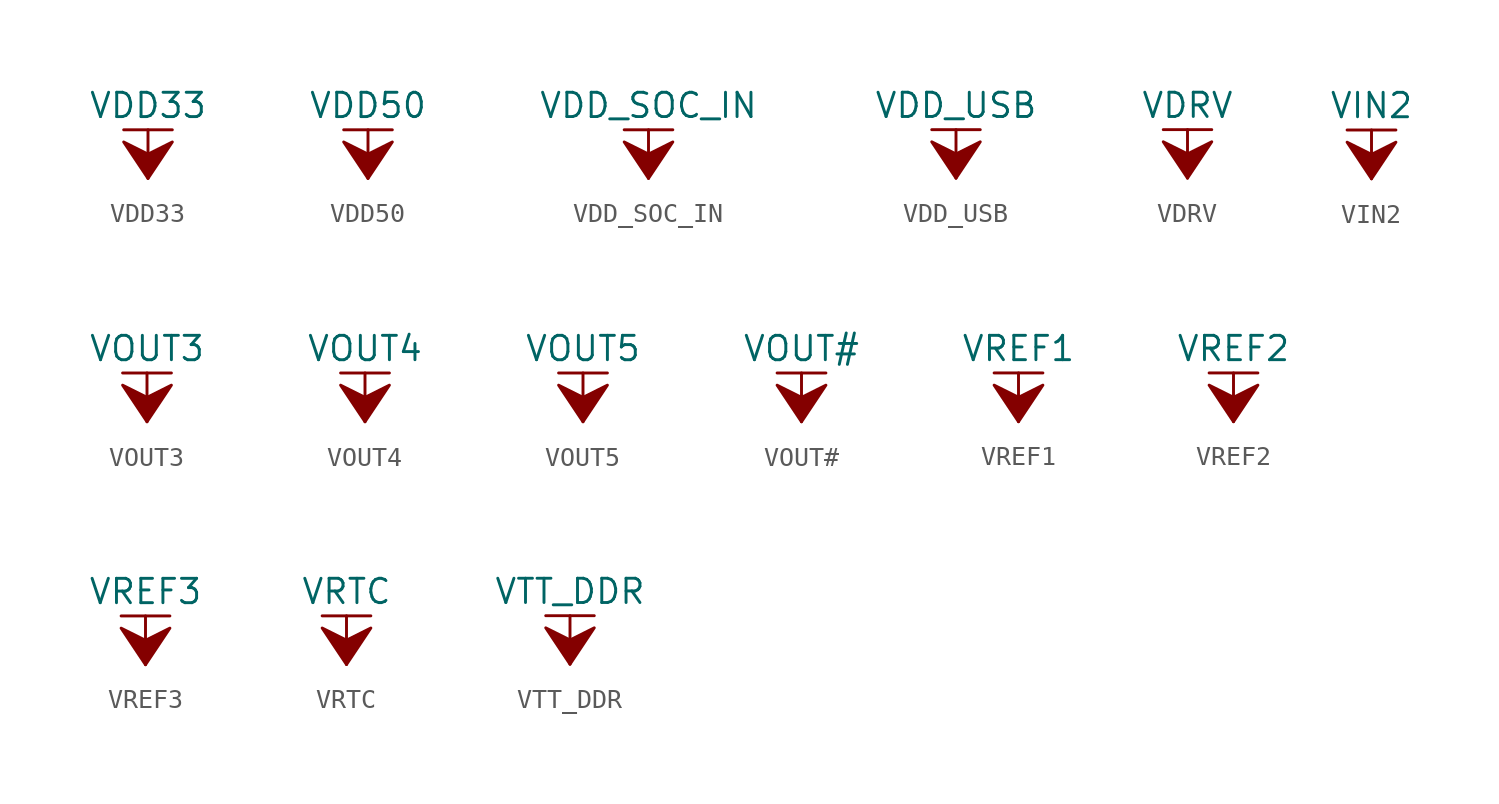
<source format=kicad_sym>
(kicad_symbol_lib
  (version 20211014)
  (generator kicad_symbol_editor)
  (symbol "VDD33"
    (power)
    (pin_names
      (offset 0))
    (property "Reference" "#PWR"
      (at 0 -3.81 0)
      (effects (font (size 1.27 1.27)) hide))
    (property "Value" "VDD33"
      (at 0 3.81 0)
      (effects (font (size 1.27 1.27))))
    (symbol "VDD33_0_1"
      (polyline (pts (xy -1.27 2.54) (xy 1.27 2.54)) (stroke (width 0.152) (type default) (color 0 0 0 0)) (fill (type none)))
      (polyline (pts (xy 0 0) (xy 0 2.54)) (stroke (width 0.152) (type default) (color 0 0 0 0)) (fill (type none)))
      (polyline (pts (xy 0 0) (xy 1.27 1.905) (xy 0 1.27) (xy -1.27 1.905) (xy 0 0)) (stroke (width 0.152) (type default) (color 0 0 0 0)) (fill (type outline))))
    (symbol "VDD33_1_1"
      (pin power_in line (at 0 0 90) (length 0) hide (name "VDD33" (effects (font (size 1.27 1.27)))) (number "1" (effects (font (size 1.27 1.27)))))))
  (symbol "VDD50"
    (power)
    (pin_names
      (offset 0))
    (property "Reference" "#PWR"
      (at 0 -3.81 0)
      (effects (font (size 1.27 1.27)) hide))
    (property "Value" "VDD50"
      (at 0 3.81 0)
      (effects (font (size 1.27 1.27))))
    (symbol "VDD50_0_1"
      (polyline (pts (xy -1.27 2.54) (xy 1.27 2.54)) (stroke (width 0.152) (type default) (color 0 0 0 0)) (fill (type none)))
      (polyline (pts (xy 0 0) (xy 0 2.54)) (stroke (width 0.152) (type default) (color 0 0 0 0)) (fill (type none)))
      (polyline (pts (xy 0 0) (xy 1.27 1.905) (xy 0 1.27) (xy -1.27 1.905) (xy 0 0)) (stroke (width 0.152) (type default) (color 0 0 0 0)) (fill (type outline))))
    (symbol "VDD50_1_1"
      (pin power_in line (at 0 0 90) (length 0) hide (name "VDD50" (effects (font (size 1.27 1.27)))) (number "1" (effects (font (size 1.27 1.27)))))))
  (symbol "VDD_SOC_IN"
    (power)
    (pin_names
      (offset 0))
    (property "Reference" "#PWR"
      (at 0 -3.81 0)
      (effects (font (size 1.27 1.27)) hide))
    (property "Value" "VDD_SOC_IN"
      (at 0 3.81 0)
      (effects (font (size 1.27 1.27))))
    (symbol "VDD_SOC_IN_0_1"
      (polyline (pts (xy -1.27 2.54) (xy 1.27 2.54)) (stroke (width 0.152) (type default) (color 0 0 0 0)) (fill (type none)))
      (polyline (pts (xy 0 0) (xy 0 2.54)) (stroke (width 0.152) (type default) (color 0 0 0 0)) (fill (type none)))
      (polyline (pts (xy 0 0) (xy 1.27 1.905) (xy 0 1.27) (xy -1.27 1.905) (xy 0 0)) (stroke (width 0.152) (type default) (color 0 0 0 0)) (fill (type outline))))
    (symbol "VDD_SOC_IN_1_1"
      (pin power_in line (at 0 0 90) (length 0) hide (name "VDD_SOC_IN" (effects (font (size 1.27 1.27)))) (number "1" (effects (font (size 1.27 1.27)))))))
  (symbol "VDD_USB"
    (power)
    (pin_names
      (offset 0))
    (property "Reference" "#PWR"
      (at 0 -3.81 0)
      (effects (font (size 1.27 1.27)) hide))
    (property "Value" "VDD_USB"
      (at 0 3.81 0)
      (effects (font (size 1.27 1.27))))
    (symbol "VDD_USB_0_1"
      (polyline (pts (xy -1.27 2.54) (xy 1.27 2.54)) (stroke (width 0.152) (type default) (color 0 0 0 0)) (fill (type none)))
      (polyline (pts (xy 0 0) (xy 0 2.54)) (stroke (width 0.152) (type default) (color 0 0 0 0)) (fill (type none)))
      (polyline (pts (xy 0 0) (xy 1.27 1.905) (xy 0 1.27) (xy -1.27 1.905) (xy 0 0)) (stroke (width 0.152) (type default) (color 0 0 0 0)) (fill (type outline))))
    (symbol "VDD_USB_1_1"
      (pin power_in line (at 0 0 90) (length 0) hide (name "VDD_USB" (effects (font (size 1.27 1.27)))) (number "1" (effects (font (size 1.27 1.27)))))))
  (symbol "VDRV"
    (power)
    (pin_names
      (offset 0))
    (property "Reference" "#PWR"
      (at 0 -3.81 0)
      (effects (font (size 1.27 1.27)) hide))
    (property "Value" "VDRV"
      (at 0 3.81 0)
      (effects (font (size 1.27 1.27))))
    (symbol "VDRV_0_1"
      (polyline (pts (xy -1.27 2.54) (xy 1.27 2.54)) (stroke (width 0.152) (type default) (color 0 0 0 0)) (fill (type none)))
      (polyline (pts (xy 0 0) (xy 0 2.54)) (stroke (width 0.152) (type default) (color 0 0 0 0)) (fill (type none)))
      (polyline (pts (xy 0 0) (xy 1.27 1.905) (xy 0 1.27) (xy -1.27 1.905) (xy 0 0)) (stroke (width 0.152) (type default) (color 0 0 0 0)) (fill (type outline))))
    (symbol "VDRV_1_1"
      (pin power_in line (at 0 0 90) (length 0) hide (name "VDRV" (effects (font (size 1.27 1.27)))) (number "1" (effects (font (size 1.27 1.27)))))))
  (symbol "VIN2"
    (power)
    (pin_names
      (offset 0))
    (property "Reference" "#PWR"
      (at 0 -3.81 0)
      (effects (font (size 1.27 1.27)) hide))
    (property "Value" "VIN2"
      (at 0 3.81 0)
      (effects (font (size 1.27 1.27))))
    (symbol "VIN2_0_1"
      (polyline (pts (xy -1.27 2.54) (xy 1.27 2.54)) (stroke (width 0.152) (type default) (color 0 0 0 0)) (fill (type none)))
      (polyline (pts (xy 0 0) (xy 0 2.54)) (stroke (width 0.152) (type default) (color 0 0 0 0)) (fill (type none)))
      (polyline (pts (xy 0 0) (xy 1.27 1.905) (xy 0 1.27) (xy -1.27 1.905) (xy 0 0)) (stroke (width 0.152) (type default) (color 0 0 0 0)) (fill (type outline))))
    (symbol "VIN2_1_1"
      (pin power_in line (at 0 0 90) (length 0) hide (name "VIN2" (effects (font (size 1.27 1.27)))) (number "1" (effects (font (size 1.27 1.27)))))))
  (symbol "VOUT3"
    (power)
    (pin_names
      (offset 0))
    (property "Reference" "#PWR"
      (at 0 -3.81 0)
      (effects (font (size 1.27 1.27)) hide))
    (property "Value" "VOUT3"
      (at 0 3.81 0)
      (effects (font (size 1.27 1.27))))
    (symbol "VOUT3_0_1"
      (polyline (pts (xy -1.27 2.54) (xy 1.27 2.54)) (stroke (width 0.152) (type default) (color 0 0 0 0)) (fill (type none)))
      (polyline (pts (xy 0 0) (xy 0 2.54)) (stroke (width 0.152) (type default) (color 0 0 0 0)) (fill (type none)))
      (polyline (pts (xy 0 0) (xy 1.27 1.905) (xy 0 1.27) (xy -1.27 1.905) (xy 0 0)) (stroke (width 0.152) (type default) (color 0 0 0 0)) (fill (type outline))))
    (symbol "VOUT3_1_1"
      (pin power_in line (at 0 0 90) (length 0) hide (name "VOUT3" (effects (font (size 1.27 1.27)))) (number "1" (effects (font (size 1.27 1.27)))))))
  (symbol "VOUT4"
    (power)
    (pin_names
      (offset 0))
    (property "Reference" "#PWR"
      (at 0 -3.81 0)
      (effects (font (size 1.27 1.27)) hide))
    (property "Value" "VOUT4"
      (at 0 3.81 0)
      (effects (font (size 1.27 1.27))))
    (symbol "VOUT4_0_1"
      (polyline (pts (xy -1.27 2.54) (xy 1.27 2.54)) (stroke (width 0.152) (type default) (color 0 0 0 0)) (fill (type none)))
      (polyline (pts (xy 0 0) (xy 0 2.54)) (stroke (width 0.152) (type default) (color 0 0 0 0)) (fill (type none)))
      (polyline (pts (xy 0 0) (xy 1.27 1.905) (xy 0 1.27) (xy -1.27 1.905) (xy 0 0)) (stroke (width 0.152) (type default) (color 0 0 0 0)) (fill (type outline))))
    (symbol "VOUT4_1_1"
      (pin power_in line (at 0 0 90) (length 0) hide (name "VOUT4" (effects (font (size 1.27 1.27)))) (number "1" (effects (font (size 1.27 1.27)))))))
  (symbol "VOUT5"
    (power)
    (pin_names
      (offset 0))
    (property "Reference" "#PWR"
      (at 0 -3.81 0)
      (effects (font (size 1.27 1.27)) hide))
    (property "Value" "VOUT5"
      (at 0 3.81 0)
      (effects (font (size 1.27 1.27))))
    (symbol "VOUT5_0_1"
      (polyline (pts (xy -1.27 2.54) (xy 1.27 2.54)) (stroke (width 0.152) (type default) (color 0 0 0 0)) (fill (type none)))
      (polyline (pts (xy 0 0) (xy 0 2.54)) (stroke (width 0.152) (type default) (color 0 0 0 0)) (fill (type none)))
      (polyline (pts (xy 0 0) (xy 1.27 1.905) (xy 0 1.27) (xy -1.27 1.905) (xy 0 0)) (stroke (width 0.152) (type default) (color 0 0 0 0)) (fill (type outline))))
    (symbol "VOUT5_1_1"
      (pin power_in line (at 0 0 90) (length 0) hide (name "VOUT5" (effects (font (size 1.27 1.27)))) (number "1" (effects (font (size 1.27 1.27)))))))
  (symbol "VOUT#"
    (power)
    (pin_names
      (offset 0))
    (property "Reference" "#PWR"
      (at 0 -3.81 0)
      (effects (font (size 1.27 1.27)) hide))
    (property "Value" "VOUT#"
      (at 0 3.81 0)
      (effects (font (size 1.27 1.27))))
    (symbol "VOUT#_0_1"
      (polyline (pts (xy -1.27 2.54) (xy 1.27 2.54)) (stroke (width 0.152) (type default) (color 0 0 0 0)) (fill (type none)))
      (polyline (pts (xy 0 0) (xy 0 2.54)) (stroke (width 0.152) (type default) (color 0 0 0 0)) (fill (type none)))
      (polyline (pts (xy 0 0) (xy 1.27 1.905) (xy 0 1.27) (xy -1.27 1.905) (xy 0 0)) (stroke (width 0.152) (type default) (color 0 0 0 0)) (fill (type outline))))
    (symbol "VOUT#_1_1"
      (pin power_in line (at 0 0 90) (length 0) hide (name "VOUT#" (effects (font (size 1.27 1.27)))) (number "1" (effects (font (size 1.27 1.27)))))))
  (symbol "VREF1"
    (power)
    (pin_names
      (offset 0))
    (property "Reference" "#PWR"
      (at 0 -3.81 0)
      (effects (font (size 1.27 1.27)) hide))
    (property "Value" "VREF1"
      (at 0 3.81 0)
      (effects (font (size 1.27 1.27))))
    (symbol "VREF1_0_1"
      (polyline (pts (xy -1.27 2.54) (xy 1.27 2.54)) (stroke (width 0.152) (type default) (color 0 0 0 0)) (fill (type none)))
      (polyline (pts (xy 0 0) (xy 0 2.54)) (stroke (width 0.152) (type default) (color 0 0 0 0)) (fill (type none)))
      (polyline (pts (xy 0 0) (xy 1.27 1.905) (xy 0 1.27) (xy -1.27 1.905) (xy 0 0)) (stroke (width 0.152) (type default) (color 0 0 0 0)) (fill (type outline))))
    (symbol "VREF1_1_1"
      (pin power_in line (at 0 0 90) (length 0) hide (name "VREF1" (effects (font (size 1.27 1.27)))) (number "1" (effects (font (size 1.27 1.27)))))))
  (symbol "VREF2"
    (power)
    (pin_names
      (offset 0))
    (property "Reference" "#PWR"
      (at 0 -3.81 0)
      (effects (font (size 1.27 1.27)) hide))
    (property "Value" "VREF2"
      (at 0 3.81 0)
      (effects (font (size 1.27 1.27))))
    (symbol "VREF2_0_1"
      (polyline (pts (xy -1.27 2.54) (xy 1.27 2.54)) (stroke (width 0.152) (type default) (color 0 0 0 0)) (fill (type none)))
      (polyline (pts (xy 0 0) (xy 0 2.54)) (stroke (width 0.152) (type default) (color 0 0 0 0)) (fill (type none)))
      (polyline (pts (xy 0 0) (xy 1.27 1.905) (xy 0 1.27) (xy -1.27 1.905) (xy 0 0)) (stroke (width 0.152) (type default) (color 0 0 0 0)) (fill (type outline))))
    (symbol "VREF2_1_1"
      (pin power_in line (at 0 0 90) (length 0) hide (name "VREF2" (effects (font (size 1.27 1.27)))) (number "1" (effects (font (size 1.27 1.27)))))))
  (symbol "VREF3"
    (power)
    (pin_names
      (offset 0))
    (property "Reference" "#PWR"
      (at 0 -3.81 0)
      (effects (font (size 1.27 1.27)) hide))
    (property "Value" "VREF3"
      (at 0 3.81 0)
      (effects (font (size 1.27 1.27))))
    (symbol "VREF3_0_1"
      (polyline (pts (xy -1.27 2.54) (xy 1.27 2.54)) (stroke (width 0.152) (type default) (color 0 0 0 0)) (fill (type none)))
      (polyline (pts (xy 0 0) (xy 0 2.54)) (stroke (width 0.152) (type default) (color 0 0 0 0)) (fill (type none)))
      (polyline (pts (xy 0 0) (xy 1.27 1.905) (xy 0 1.27) (xy -1.27 1.905) (xy 0 0)) (stroke (width 0.152) (type default) (color 0 0 0 0)) (fill (type outline))))
    (symbol "VREF3_1_1"
      (pin power_in line (at 0 0 90) (length 0) hide (name "VREF3" (effects (font (size 1.27 1.27)))) (number "1" (effects (font (size 1.27 1.27)))))))
  (symbol "VRTC"
    (power)
    (pin_names
      (offset 0))
    (property "Reference" "#PWR"
      (at 0 -3.81 0)
      (effects (font (size 1.27 1.27)) hide))
    (property "Value" "VRTC"
      (at 0 3.81 0)
      (effects (font (size 1.27 1.27))))
    (symbol "VRTC_0_1"
      (polyline (pts (xy -1.27 2.54) (xy 1.27 2.54)) (stroke (width 0.152) (type default) (color 0 0 0 0)) (fill (type none)))
      (polyline (pts (xy 0 0) (xy 0 2.54)) (stroke (width 0.152) (type default) (color 0 0 0 0)) (fill (type none)))
      (polyline (pts (xy 0 0) (xy 1.27 1.905) (xy 0 1.27) (xy -1.27 1.905) (xy 0 0)) (stroke (width 0.152) (type default) (color 0 0 0 0)) (fill (type outline))))
    (symbol "VRTC_1_1"
      (pin power_in line (at 0 0 90) (length 0) hide (name "VRTC" (effects (font (size 1.27 1.27)))) (number "1" (effects (font (size 1.27 1.27)))))))
  (symbol "VTT_DDR"
    (power)
    (pin_names
      (offset 0))
    (property "Reference" "#PWR"
      (at 0 -3.81 0)
      (effects (font (size 1.27 1.27)) hide))
    (property "Value" "VTT_DDR"
      (at 0 3.81 0)
      (effects (font (size 1.27 1.27))))
    (symbol "VTT_DDR_0_1"
      (polyline (pts (xy -1.27 2.54) (xy 1.27 2.54)) (stroke (width 0.152) (type default) (color 0 0 0 0)) (fill (type none)))
      (polyline (pts (xy 0 0) (xy 0 2.54)) (stroke (width 0.152) (type default) (color 0 0 0 0)) (fill (type none)))
      (polyline (pts (xy 0 0) (xy 1.27 1.905) (xy 0 1.27) (xy -1.27 1.905) (xy 0 0)) (stroke (width 0.152) (type default) (color 0 0 0 0)) (fill (type outline))))
    (symbol "VTT_DDR_1_1"
      (pin power_in line (at 0 0 90) (length 0) hide (name "VTT_DDR" (effects (font (size 1.27 1.27)))) (number "1" (effects (font (size 1.27 1.27))))))))
</source>
